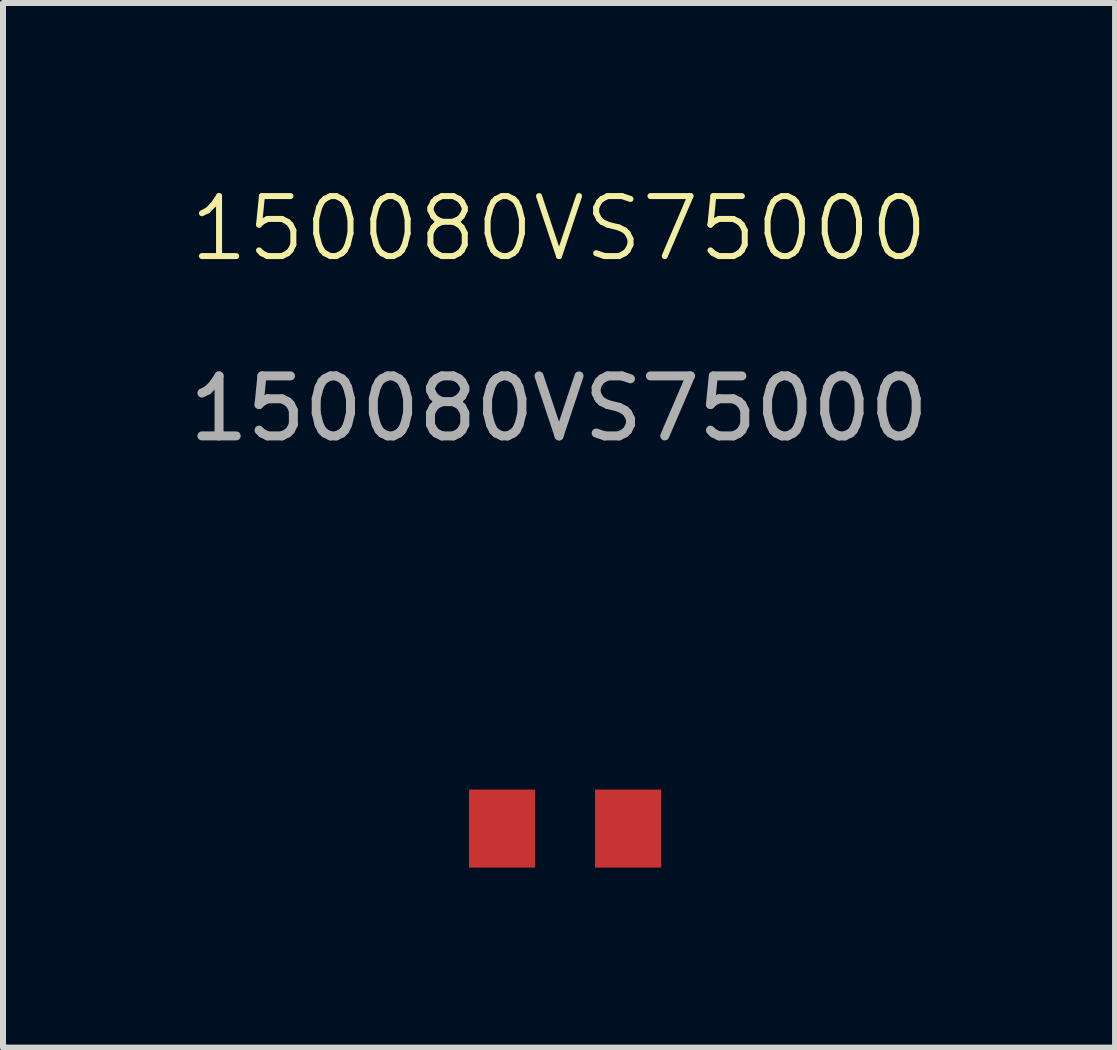
<source format=kicad_pcb>
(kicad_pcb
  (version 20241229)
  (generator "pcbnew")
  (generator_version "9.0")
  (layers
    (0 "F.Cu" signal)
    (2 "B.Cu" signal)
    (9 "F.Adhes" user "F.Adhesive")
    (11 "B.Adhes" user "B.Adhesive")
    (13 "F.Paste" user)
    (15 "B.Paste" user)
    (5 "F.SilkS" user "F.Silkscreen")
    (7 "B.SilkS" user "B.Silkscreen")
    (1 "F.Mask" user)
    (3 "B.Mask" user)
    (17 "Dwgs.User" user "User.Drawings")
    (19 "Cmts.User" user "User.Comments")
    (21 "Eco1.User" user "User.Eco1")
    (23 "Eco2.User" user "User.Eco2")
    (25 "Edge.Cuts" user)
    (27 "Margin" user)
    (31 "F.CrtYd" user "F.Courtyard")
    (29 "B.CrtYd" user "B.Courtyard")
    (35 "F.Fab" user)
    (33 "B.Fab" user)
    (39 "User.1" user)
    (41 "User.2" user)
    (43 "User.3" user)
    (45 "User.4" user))
  (footprint "150080VS75000"
    (layer "F.Cu")
    (at 6.368 10.761)
    (property "Reference" "150080VS75000" (at -0.1 -10 0) (unlocked yes) (layer "F.SilkS") (effects (font (size 1 1) (thickness 0.1))))
    (attr smd)
    (fp_text user "${REFERENCE}" (at -0.1 -7 0) (unlocked yes) (layer "F.Fab") (effects (font (size 1 1) (thickness 0.15))))
    (pad "1" smd rect (at -1.05 0) (size 1.1 1.3) (layers "F.Cu" "F.Mask" "F.Paste"))
    (pad "2" smd rect (at 1.05 0) (size 1.1 1.3) (layers "F.Cu" "F.Mask" "F.Paste")))
  (gr_rect
    (start -3 -3)
    (end 15.536 14.411)
    (stroke (width 0.1) (type default))
    (fill no)
    (layer "Edge.Cuts")))
</source>
